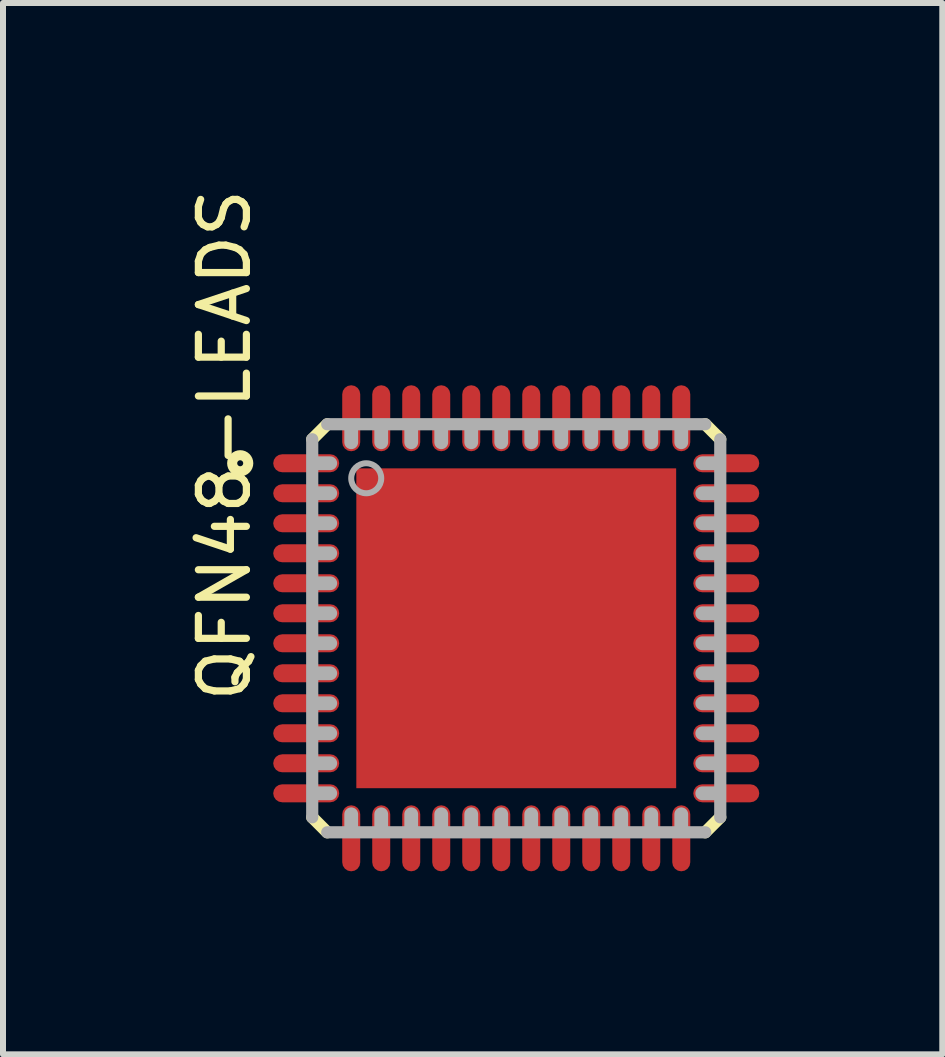
<source format=kicad_pcb>
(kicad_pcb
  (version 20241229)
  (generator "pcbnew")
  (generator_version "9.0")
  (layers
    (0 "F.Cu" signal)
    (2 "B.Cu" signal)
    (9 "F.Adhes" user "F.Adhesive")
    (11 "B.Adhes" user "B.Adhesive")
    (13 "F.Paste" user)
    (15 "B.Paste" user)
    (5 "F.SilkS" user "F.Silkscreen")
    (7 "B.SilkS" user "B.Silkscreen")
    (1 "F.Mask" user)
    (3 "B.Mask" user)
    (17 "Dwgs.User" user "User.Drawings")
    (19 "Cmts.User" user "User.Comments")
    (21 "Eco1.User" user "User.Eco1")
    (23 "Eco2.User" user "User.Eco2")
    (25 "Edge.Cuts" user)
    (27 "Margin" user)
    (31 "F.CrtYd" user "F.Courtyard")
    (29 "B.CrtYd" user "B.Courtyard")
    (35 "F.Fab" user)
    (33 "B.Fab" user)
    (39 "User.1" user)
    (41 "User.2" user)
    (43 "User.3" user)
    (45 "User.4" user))
  (footprint "QFN48-LEADS"
    (layer "F.Cu")
    (at 5.553 7.42)
    (property "Reference" "QFN48-LEADS" (at -4.393 1.275 90) (unlocked yes) (layer "F.SilkS") (effects (font (size 0.8 0.8) (thickness 0.12)) (justify left bottom)))
    (attr through_hole)
    (fp_line (start -3.1 -2.75) (end -3.9 -2.75) (stroke (width 0.4) (type solid)) (layer "F.Mask"))
    (fp_line (start -3.1 -2.25) (end -3.9 -2.25) (stroke (width 0.4) (type solid)) (layer "F.Mask"))
    (fp_line (start -3.1 -1.75) (end -3.9 -1.75) (stroke (width 0.4) (type solid)) (layer "F.Mask"))
    (fp_line (start -3.1 -1.25) (end -3.9 -1.25) (stroke (width 0.4) (type solid)) (layer "F.Mask"))
    (fp_line (start -3.1 -0.75) (end -3.9 -0.75) (stroke (width 0.4) (type solid)) (layer "F.Mask"))
    (fp_line (start -3.1 -0.25) (end -3.9 -0.25) (stroke (width 0.4) (type solid)) (layer "F.Mask"))
    (fp_line (start -3.1 0.25) (end -3.9 0.25) (stroke (width 0.4) (type solid)) (layer "F.Mask"))
    (fp_line (start -3.1 0.75) (end -3.9 0.75) (stroke (width 0.4) (type solid)) (layer "F.Mask"))
    (fp_line (start -3.1 1.25) (end -3.9 1.25) (stroke (width 0.4) (type solid)) (layer "F.Mask"))
    (fp_line (start -3.1 1.75) (end -3.9 1.75) (stroke (width 0.4) (type solid)) (layer "F.Mask"))
    (fp_line (start -3.1 2.25) (end -3.9 2.25) (stroke (width 0.4) (type solid)) (layer "F.Mask"))
    (fp_line (start -3.1 2.75) (end -3.9 2.75) (stroke (width 0.4) (type solid)) (layer "F.Mask"))
    (fp_line (start -2.75 -3.1) (end -2.75 -3.9) (stroke (width 0.4) (type solid)) (layer "F.Mask"))
    (fp_line (start -2.75 3.1) (end -2.75 3.9) (stroke (width 0.4) (type solid)) (layer "F.Mask"))
    (fp_line (start -2.25 -3.1) (end -2.25 -3.9) (stroke (width 0.4) (type solid)) (layer "F.Mask"))
    (fp_line (start -2.25 3.1) (end -2.25 3.9) (stroke (width 0.4) (type solid)) (layer "F.Mask"))
    (fp_line (start -1.75 -3.1) (end -1.75 -3.9) (stroke (width 0.4) (type solid)) (layer "F.Mask"))
    (fp_line (start -1.75 3.1) (end -1.75 3.9) (stroke (width 0.4) (type solid)) (layer "F.Mask"))
    (fp_line (start -1.25 -3.1) (end -1.25 -3.9) (stroke (width 0.4) (type solid)) (layer "F.Mask"))
    (fp_line (start -1.25 3.1) (end -1.25 3.9) (stroke (width 0.4) (type solid)) (layer "F.Mask"))
    (fp_line (start -0.75 -3.1) (end -0.75 -3.9) (stroke (width 0.4) (type solid)) (layer "F.Mask"))
    (fp_line (start -0.75 3.1) (end -0.75 3.9) (stroke (width 0.4) (type solid)) (layer "F.Mask"))
    (fp_line (start -0.25 -3.1) (end -0.25 -3.9) (stroke (width 0.4) (type solid)) (layer "F.Mask"))
    (fp_line (start -0.25 3.1) (end -0.25 3.9) (stroke (width 0.4) (type solid)) (layer "F.Mask"))
    (fp_line (start 0.25 -3.1) (end 0.25 -3.9) (stroke (width 0.4) (type solid)) (layer "F.Mask"))
    (fp_line (start 0.25 3.1) (end 0.25 3.9) (stroke (width 0.4) (type solid)) (layer "F.Mask"))
    (fp_line (start 0.75 -3.1) (end 0.75 -3.9) (stroke (width 0.4) (type solid)) (layer "F.Mask"))
    (fp_line (start 0.75 3.1) (end 0.75 3.9) (stroke (width 0.4) (type solid)) (layer "F.Mask"))
    (fp_line (start 1.25 -3.1) (end 1.25 -3.9) (stroke (width 0.4) (type solid)) (layer "F.Mask"))
    (fp_line (start 1.25 3.1) (end 1.25 3.9) (stroke (width 0.4) (type solid)) (layer "F.Mask"))
    (fp_line (start 1.75 -3.1) (end 1.75 -3.9) (stroke (width 0.4) (type solid)) (layer "F.Mask"))
    (fp_line (start 1.75 3.1) (end 1.75 3.9) (stroke (width 0.4) (type solid)) (layer "F.Mask"))
    (fp_line (start 2.25 -3.1) (end 2.25 -3.9) (stroke (width 0.4) (type solid)) (layer "F.Mask"))
    (fp_line (start 2.25 3.1) (end 2.25 3.9) (stroke (width 0.4) (type solid)) (layer "F.Mask"))
    (fp_line (start 2.75 -3.1) (end 2.75 -3.9) (stroke (width 0.4) (type solid)) (layer "F.Mask"))
    (fp_line (start 2.75 3.1) (end 2.75 3.9) (stroke (width 0.4) (type solid)) (layer "F.Mask"))
    (fp_line (start 3.1 -2.75) (end 3.9 -2.75) (stroke (width 0.4) (type solid)) (layer "F.Mask"))
    (fp_line (start 3.1 -2.25) (end 3.9 -2.25) (stroke (width 0.4) (type solid)) (layer "F.Mask"))
    (fp_line (start 3.1 -1.75) (end 3.9 -1.75) (stroke (width 0.4) (type solid)) (layer "F.Mask"))
    (fp_line (start 3.1 -1.25) (end 3.9 -1.25) (stroke (width 0.4) (type solid)) (layer "F.Mask"))
    (fp_line (start 3.1 -0.75) (end 3.9 -0.75) (stroke (width 0.4) (type solid)) (layer "F.Mask"))
    (fp_line (start 3.1 -0.25) (end 3.9 -0.25) (stroke (width 0.4) (type solid)) (layer "F.Mask"))
    (fp_line (start 3.1 0.25) (end 3.9 0.25) (stroke (width 0.4) (type solid)) (layer "F.Mask"))
    (fp_line (start 3.1 0.75) (end 3.9 0.75) (stroke (width 0.4) (type solid)) (layer "F.Mask"))
    (fp_line (start 3.1 1.25) (end 3.9 1.25) (stroke (width 0.4) (type solid)) (layer "F.Mask"))
    (fp_line (start 3.1 1.75) (end 3.9 1.75) (stroke (width 0.4) (type solid)) (layer "F.Mask"))
    (fp_line (start 3.1 2.25) (end 3.9 2.25) (stroke (width 0.4) (type solid)) (layer "F.Mask"))
    (fp_line (start 3.1 2.75) (end 3.9 2.75) (stroke (width 0.4) (type solid)) (layer "F.Mask"))
    (fp_poly (pts (xy -2.7 2.7) (xy 2.7 2.7) (xy 2.7 -2.7) (xy -2.7 -2.7)) (stroke (width 0) (type solid)) (fill yes) (layer "F.Mask"))
    (fp_line (start -3.4 -3.15) (end -3.15 -3.4) (stroke (width 0.203) (type solid)) (layer "F.SilkS"))
    (fp_line (start -3.15 3.4) (end -3.4 3.15) (stroke (width 0.203) (type solid)) (layer "F.SilkS"))
    (fp_line (start 3.15 -3.4) (end 3.4 -3.15) (stroke (width 0.203) (type solid)) (layer "F.SilkS"))
    (fp_line (start 3.4 3.15) (end 3.15 3.4) (stroke (width 0.203) (type solid)) (layer "F.SilkS"))
    (fp_circle (center -4.6 -2.75) (end -4.6 -2.7) (stroke (width 0.12) (type solid)) (fill no) (layer "F.SilkS"))
    (fp_circle (center -4.6 -2.75) (end -4.45 -2.8) (stroke (width 0.12) (type solid)) (fill no) (layer "F.SilkS"))
    (fp_line (start -3.1 -2.75) (end -3.9 -2.75) (stroke (width 0.25) (type solid)) (layer "F.Paste"))
    (fp_line (start -3.1 -2.25) (end -3.9 -2.25) (stroke (width 0.25) (type solid)) (layer "F.Paste"))
    (fp_line (start -3.1 -1.75) (end -3.9 -1.75) (stroke (width 0.25) (type solid)) (layer "F.Paste"))
    (fp_line (start -3.1 -1.25) (end -3.9 -1.25) (stroke (width 0.25) (type solid)) (layer "F.Paste"))
    (fp_line (start -3.1 -0.75) (end -3.9 -0.75) (stroke (width 0.25) (type solid)) (layer "F.Paste"))
    (fp_line (start -3.1 -0.25) (end -3.9 -0.25) (stroke (width 0.25) (type solid)) (layer "F.Paste"))
    (fp_line (start -3.1 0.25) (end -3.9 0.25) (stroke (width 0.25) (type solid)) (layer "F.Paste"))
    (fp_line (start -3.1 0.75) (end -3.9 0.75) (stroke (width 0.25) (type solid)) (layer "F.Paste"))
    (fp_line (start -3.1 1.25) (end -3.9 1.25) (stroke (width 0.25) (type solid)) (layer "F.Paste"))
    (fp_line (start -3.1 1.75) (end -3.9 1.75) (stroke (width 0.25) (type solid)) (layer "F.Paste"))
    (fp_line (start -3.1 2.25) (end -3.9 2.25) (stroke (width 0.25) (type solid)) (layer "F.Paste"))
    (fp_line (start -3.1 2.75) (end -3.9 2.75) (stroke (width 0.25) (type solid)) (layer "F.Paste"))
    (fp_line (start -2.75 -3.1) (end -2.75 -3.9) (stroke (width 0.25) (type solid)) (layer "F.Paste"))
    (fp_line (start -2.75 3.1) (end -2.75 3.9) (stroke (width 0.25) (type solid)) (layer "F.Paste"))
    (fp_line (start -2.25 -3.1) (end -2.25 -3.9) (stroke (width 0.25) (type solid)) (layer "F.Paste"))
    (fp_line (start -2.25 3.1) (end -2.25 3.9) (stroke (width 0.25) (type solid)) (layer "F.Paste"))
    (fp_line (start -1.75 -3.1) (end -1.75 -3.9) (stroke (width 0.25) (type solid)) (layer "F.Paste"))
    (fp_line (start -1.75 3.1) (end -1.75 3.9) (stroke (width 0.25) (type solid)) (layer "F.Paste"))
    (fp_line (start -1.25 -3.1) (end -1.25 -3.9) (stroke (width 0.25) (type solid)) (layer "F.Paste"))
    (fp_line (start -1.25 3.1) (end -1.25 3.9) (stroke (width 0.25) (type solid)) (layer "F.Paste"))
    (fp_line (start -0.75 -3.1) (end -0.75 -3.9) (stroke (width 0.25) (type solid)) (layer "F.Paste"))
    (fp_line (start -0.75 3.1) (end -0.75 3.9) (stroke (width 0.25) (type solid)) (layer "F.Paste"))
    (fp_line (start -0.25 -3.1) (end -0.25 -3.9) (stroke (width 0.25) (type solid)) (layer "F.Paste"))
    (fp_line (start -0.25 3.1) (end -0.25 3.9) (stroke (width 0.25) (type solid)) (layer "F.Paste"))
    (fp_line (start 0.25 -3.1) (end 0.25 -3.9) (stroke (width 0.25) (type solid)) (layer "F.Paste"))
    (fp_line (start 0.25 3.1) (end 0.25 3.9) (stroke (width 0.25) (type solid)) (layer "F.Paste"))
    (fp_line (start 0.75 -3.1) (end 0.75 -3.9) (stroke (width 0.25) (type solid)) (layer "F.Paste"))
    (fp_line (start 0.75 3.1) (end 0.75 3.9) (stroke (width 0.25) (type solid)) (layer "F.Paste"))
    (fp_line (start 1.25 -3.1) (end 1.25 -3.9) (stroke (width 0.25) (type solid)) (layer "F.Paste"))
    (fp_line (start 1.25 3.1) (end 1.25 3.9) (stroke (width 0.25) (type solid)) (layer "F.Paste"))
    (fp_line (start 1.75 -3.1) (end 1.75 -3.9) (stroke (width 0.25) (type solid)) (layer "F.Paste"))
    (fp_line (start 1.75 3.1) (end 1.75 3.9) (stroke (width 0.25) (type solid)) (layer "F.Paste"))
    (fp_line (start 2.25 -3.1) (end 2.25 -3.9) (stroke (width 0.25) (type solid)) (layer "F.Paste"))
    (fp_line (start 2.25 3.1) (end 2.25 3.9) (stroke (width 0.25) (type solid)) (layer "F.Paste"))
    (fp_line (start 2.75 -3.1) (end 2.75 -3.9) (stroke (width 0.25) (type solid)) (layer "F.Paste"))
    (fp_line (start 2.75 3.1) (end 2.75 3.9) (stroke (width 0.25) (type solid)) (layer "F.Paste"))
    (fp_line (start 3.1 -2.75) (end 3.9 -2.75) (stroke (width 0.25) (type solid)) (layer "F.Paste"))
    (fp_line (start 3.1 -2.25) (end 3.9 -2.25) (stroke (width 0.25) (type solid)) (layer "F.Paste"))
    (fp_line (start 3.1 -1.75) (end 3.9 -1.75) (stroke (width 0.25) (type solid)) (layer "F.Paste"))
    (fp_line (start 3.1 -1.25) (end 3.9 -1.25) (stroke (width 0.25) (type solid)) (layer "F.Paste"))
    (fp_line (start 3.1 -0.75) (end 3.9 -0.75) (stroke (width 0.25) (type solid)) (layer "F.Paste"))
    (fp_line (start 3.1 -0.25) (end 3.9 -0.25) (stroke (width 0.25) (type solid)) (layer "F.Paste"))
    (fp_line (start 3.1 0.25) (end 3.9 0.25) (stroke (width 0.25) (type solid)) (layer "F.Paste"))
    (fp_line (start 3.1 0.75) (end 3.9 0.75) (stroke (width 0.25) (type solid)) (layer "F.Paste"))
    (fp_line (start 3.1 1.25) (end 3.9 1.25) (stroke (width 0.25) (type solid)) (layer "F.Paste"))
    (fp_line (start 3.1 1.75) (end 3.9 1.75) (stroke (width 0.25) (type solid)) (layer "F.Paste"))
    (fp_line (start 3.1 2.25) (end 3.9 2.25) (stroke (width 0.25) (type solid)) (layer "F.Paste"))
    (fp_line (start 3.1 2.75) (end 3.9 2.75) (stroke (width 0.25) (type solid)) (layer "F.Paste"))
    (fp_poly (pts (xy -2.55 2.55) (xy 2.55 2.55) (xy 2.55 -2.55) (xy -2.55 -2.55)) (stroke (width 0) (type solid)) (fill yes) (layer "F.Paste"))
    (fp_line (start -3.4 3.15) (end -3.4 -3.15) (stroke (width 0.203) (type solid)) (layer "F.Fab"))
    (fp_line (start -3.15 -3.4) (end 3.15 -3.4) (stroke (width 0.203) (type solid)) (layer "F.Fab"))
    (fp_line (start -3.1 -2.75) (end -3.325 -2.75) (stroke (width 0.23) (type solid)) (layer "F.Fab"))
    (fp_line (start -3.1 -2.25) (end -3.325 -2.25) (stroke (width 0.23) (type solid)) (layer "F.Fab"))
    (fp_line (start -3.1 -1.75) (end -3.325 -1.75) (stroke (width 0.23) (type solid)) (layer "F.Fab"))
    (fp_line (start -3.1 -1.25) (end -3.325 -1.25) (stroke (width 0.23) (type solid)) (layer "F.Fab"))
    (fp_line (start -3.1 -0.75) (end -3.325 -0.75) (stroke (width 0.23) (type solid)) (layer "F.Fab"))
    (fp_line (start -3.1 -0.25) (end -3.325 -0.25) (stroke (width 0.23) (type solid)) (layer "F.Fab"))
    (fp_line (start -3.1 0.25) (end -3.325 0.25) (stroke (width 0.23) (type solid)) (layer "F.Fab"))
    (fp_line (start -3.1 0.75) (end -3.325 0.75) (stroke (width 0.23) (type solid)) (layer "F.Fab"))
    (fp_line (start -3.1 1.25) (end -3.325 1.25) (stroke (width 0.23) (type solid)) (layer "F.Fab"))
    (fp_line (start -3.1 1.75) (end -3.325 1.75) (stroke (width 0.23) (type solid)) (layer "F.Fab"))
    (fp_line (start -3.1 2.25) (end -3.325 2.25) (stroke (width 0.23) (type solid)) (layer "F.Fab"))
    (fp_line (start -3.1 2.75) (end -3.325 2.75) (stroke (width 0.23) (type solid)) (layer "F.Fab"))
    (fp_line (start -2.75 -3.1) (end -2.75 -3.325) (stroke (width 0.23) (type solid)) (layer "F.Fab"))
    (fp_line (start -2.75 3.1) (end -2.75 3.325) (stroke (width 0.23) (type solid)) (layer "F.Fab"))
    (fp_line (start -2.25 -3.1) (end -2.25 -3.325) (stroke (width 0.23) (type solid)) (layer "F.Fab"))
    (fp_line (start -2.25 3.1) (end -2.25 3.325) (stroke (width 0.23) (type solid)) (layer "F.Fab"))
    (fp_line (start -1.75 -3.1) (end -1.75 -3.325) (stroke (width 0.23) (type solid)) (layer "F.Fab"))
    (fp_line (start -1.75 3.1) (end -1.75 3.325) (stroke (width 0.23) (type solid)) (layer "F.Fab"))
    (fp_line (start -1.25 -3.1) (end -1.25 -3.325) (stroke (width 0.23) (type solid)) (layer "F.Fab"))
    (fp_line (start -1.25 3.1) (end -1.25 3.325) (stroke (width 0.23) (type solid)) (layer "F.Fab"))
    (fp_line (start -0.75 -3.1) (end -0.75 -3.325) (stroke (width 0.23) (type solid)) (layer "F.Fab"))
    (fp_line (start -0.75 3.1) (end -0.75 3.325) (stroke (width 0.23) (type solid)) (layer "F.Fab"))
    (fp_line (start -0.25 -3.1) (end -0.25 -3.325) (stroke (width 0.23) (type solid)) (layer "F.Fab"))
    (fp_line (start -0.25 3.1) (end -0.25 3.325) (stroke (width 0.23) (type solid)) (layer "F.Fab"))
    (fp_line (start 0.25 -3.1) (end 0.25 -3.325) (stroke (width 0.23) (type solid)) (layer "F.Fab"))
    (fp_line (start 0.25 3.1) (end 0.25 3.325) (stroke (width 0.23) (type solid)) (layer "F.Fab"))
    (fp_line (start 0.75 -3.1) (end 0.75 -3.325) (stroke (width 0.23) (type solid)) (layer "F.Fab"))
    (fp_line (start 0.75 3.1) (end 0.75 3.325) (stroke (width 0.23) (type solid)) (layer "F.Fab"))
    (fp_line (start 1.25 -3.1) (end 1.25 -3.325) (stroke (width 0.23) (type solid)) (layer "F.Fab"))
    (fp_line (start 1.25 3.1) (end 1.25 3.325) (stroke (width 0.23) (type solid)) (layer "F.Fab"))
    (fp_line (start 1.75 -3.1) (end 1.75 -3.325) (stroke (width 0.23) (type solid)) (layer "F.Fab"))
    (fp_line (start 1.75 3.1) (end 1.75 3.325) (stroke (width 0.23) (type solid)) (layer "F.Fab"))
    (fp_line (start 2.25 -3.1) (end 2.25 -3.325) (stroke (width 0.23) (type solid)) (layer "F.Fab"))
    (fp_line (start 2.25 3.1) (end 2.25 3.325) (stroke (width 0.23) (type solid)) (layer "F.Fab"))
    (fp_line (start 2.75 -3.1) (end 2.75 -3.325) (stroke (width 0.23) (type solid)) (layer "F.Fab"))
    (fp_line (start 2.75 3.1) (end 2.75 3.325) (stroke (width 0.23) (type solid)) (layer "F.Fab"))
    (fp_line (start 3.1 -2.75) (end 3.325 -2.75) (stroke (width 0.23) (type solid)) (layer "F.Fab"))
    (fp_line (start 3.1 -2.25) (end 3.325 -2.25) (stroke (width 0.23) (type solid)) (layer "F.Fab"))
    (fp_line (start 3.1 -1.75) (end 3.325 -1.75) (stroke (width 0.23) (type solid)) (layer "F.Fab"))
    (fp_line (start 3.1 -1.25) (end 3.325 -1.25) (stroke (width 0.23) (type solid)) (layer "F.Fab"))
    (fp_line (start 3.1 -0.75) (end 3.325 -0.75) (stroke (width 0.23) (type solid)) (layer "F.Fab"))
    (fp_line (start 3.1 -0.25) (end 3.325 -0.25) (stroke (width 0.23) (type solid)) (layer "F.Fab"))
    (fp_line (start 3.1 0.25) (end 3.325 0.25) (stroke (width 0.23) (type solid)) (layer "F.Fab"))
    (fp_line (start 3.1 0.75) (end 3.325 0.75) (stroke (width 0.23) (type solid)) (layer "F.Fab"))
    (fp_line (start 3.1 1.25) (end 3.325 1.25) (stroke (width 0.23) (type solid)) (layer "F.Fab"))
    (fp_line (start 3.1 1.75) (end 3.325 1.75) (stroke (width 0.23) (type solid)) (layer "F.Fab"))
    (fp_line (start 3.1 2.25) (end 3.325 2.25) (stroke (width 0.23) (type solid)) (layer "F.Fab"))
    (fp_line (start 3.1 2.75) (end 3.325 2.75) (stroke (width 0.23) (type solid)) (layer "F.Fab"))
    (fp_line (start 3.15 3.4) (end -3.15 3.4) (stroke (width 0.203) (type solid)) (layer "F.Fab"))
    (fp_line (start 3.4 -3.15) (end 3.4 3.15) (stroke (width 0.203) (type solid)) (layer "F.Fab"))
    (fp_circle (center -2.5 -2.5) (end -2.25 -2.5) (stroke (width 0.1) (type solid)) (fill no) (layer "F.Fab"))
    (pad "1" smd roundrect (at -3.5 -2.75) (size 1.1 0.3) (layers "F.Cu" "F.Mask") (roundrect_rratio 0.5))
    (pad "2" smd roundrect (at -3.5 -2.25) (size 1.1 0.3) (layers "F.Cu" "F.Mask") (roundrect_rratio 0.5))
    (pad "3" smd roundrect (at -3.5 -1.75) (size 1.1 0.3) (layers "F.Cu" "F.Mask") (roundrect_rratio 0.5))
    (pad "4" smd roundrect (at -3.5 -1.25) (size 1.1 0.3) (layers "F.Cu" "F.Mask") (roundrect_rratio 0.5))
    (pad "5" smd roundrect (at -3.5 -0.75) (size 1.1 0.3) (layers "F.Cu" "F.Mask") (roundrect_rratio 0.5))
    (pad "6" smd roundrect (at -3.5 -0.25) (size 1.1 0.3) (layers "F.Cu" "F.Mask") (roundrect_rratio 0.5))
    (pad "7" smd roundrect (at -3.5 0.25) (size 1.1 0.3) (layers "F.Cu" "F.Mask") (roundrect_rratio 0.5))
    (pad "8" smd roundrect (at -3.5 0.75) (size 1.1 0.3) (layers "F.Cu" "F.Mask") (roundrect_rratio 0.5))
    (pad "9" smd roundrect (at -3.5 1.25) (size 1.1 0.3) (layers "F.Cu" "F.Mask") (roundrect_rratio 0.5))
    (pad "10" smd roundrect (at -3.5 1.75) (size 1.1 0.3) (layers "F.Cu" "F.Mask") (roundrect_rratio 0.5))
    (pad "11" smd roundrect (at -3.5 2.25) (size 1.1 0.3) (layers "F.Cu" "F.Mask") (roundrect_rratio 0.5))
    (pad "12" smd roundrect (at -3.5 2.75) (size 1.1 0.3) (layers "F.Cu" "F.Mask") (roundrect_rratio 0.5))
    (pad "13" smd roundrect (at -2.75 3.5 90) (size 1.1 0.3) (layers "F.Cu" "F.Mask") (roundrect_rratio 0.5))
    (pad "14" smd roundrect (at -2.25 3.5 90) (size 1.1 0.3) (layers "F.Cu" "F.Mask") (roundrect_rratio 0.5))
    (pad "15" smd roundrect (at -1.75 3.5 90) (size 1.1 0.3) (layers "F.Cu" "F.Mask") (roundrect_rratio 0.5))
    (pad "16" smd roundrect (at -1.25 3.5 90) (size 1.1 0.3) (layers "F.Cu" "F.Mask") (roundrect_rratio 0.5))
    (pad "17" smd roundrect (at -0.75 3.5 90) (size 1.1 0.3) (layers "F.Cu" "F.Mask") (roundrect_rratio 0.5))
    (pad "18" smd roundrect (at -0.25 3.5 90) (size 1.1 0.3) (layers "F.Cu" "F.Mask") (roundrect_rratio 0.5))
    (pad "19" smd roundrect (at 0.25 3.5 90) (size 1.1 0.3) (layers "F.Cu" "F.Mask") (roundrect_rratio 0.5))
    (pad "20" smd roundrect (at 0.75 3.5 90) (size 1.1 0.3) (layers "F.Cu" "F.Mask") (roundrect_rratio 0.5))
    (pad "21" smd roundrect (at 1.25 3.5 90) (size 1.1 0.3) (layers "F.Cu" "F.Mask") (roundrect_rratio 0.5))
    (pad "22" smd roundrect (at 1.75 3.5 90) (size 1.1 0.3) (layers "F.Cu" "F.Mask") (roundrect_rratio 0.5))
    (pad "23" smd roundrect (at 2.25 3.5 90) (size 1.1 0.3) (layers "F.Cu" "F.Mask") (roundrect_rratio 0.5))
    (pad "24" smd roundrect (at 2.75 3.5 90) (size 1.1 0.3) (layers "F.Cu" "F.Mask") (roundrect_rratio 0.5))
    (pad "25" smd roundrect (at 3.5 2.75 180) (size 1.1 0.3) (layers "F.Cu" "F.Mask") (roundrect_rratio 0.5))
    (pad "26" smd roundrect (at 3.5 2.25 180) (size 1.1 0.3) (layers "F.Cu" "F.Mask") (roundrect_rratio 0.5))
    (pad "27" smd roundrect (at 3.5 1.75 180) (size 1.1 0.3) (layers "F.Cu" "F.Mask") (roundrect_rratio 0.5))
    (pad "28" smd roundrect (at 3.5 1.25 180) (size 1.1 0.3) (layers "F.Cu" "F.Mask") (roundrect_rratio 0.5))
    (pad "29" smd roundrect (at 3.5 0.75 180) (size 1.1 0.3) (layers "F.Cu" "F.Mask") (roundrect_rratio 0.5))
    (pad "30" smd roundrect (at 3.5 0.25 180) (size 1.1 0.3) (layers "F.Cu" "F.Mask") (roundrect_rratio 0.5))
    (pad "31" smd roundrect (at 3.5 -0.25 180) (size 1.1 0.3) (layers "F.Cu" "F.Mask") (roundrect_rratio 0.5))
    (pad "32" smd roundrect (at 3.5 -0.75 180) (size 1.1 0.3) (layers "F.Cu" "F.Mask") (roundrect_rratio 0.5))
    (pad "33" smd roundrect (at 3.5 -1.25 180) (size 1.1 0.3) (layers "F.Cu" "F.Mask") (roundrect_rratio 0.5))
    (pad "34" smd roundrect (at 3.5 -1.75 180) (size 1.1 0.3) (layers "F.Cu" "F.Mask") (roundrect_rratio 0.5))
    (pad "35" smd roundrect (at 3.5 -2.25 180) (size 1.1 0.3) (layers "F.Cu" "F.Mask") (roundrect_rratio 0.5))
    (pad "36" smd roundrect (at 3.5 -2.75 180) (size 1.1 0.3) (layers "F.Cu" "F.Mask") (roundrect_rratio 0.5))
    (pad "37" smd roundrect (at 2.75 -3.5 270) (size 1.1 0.3) (layers "F.Cu" "F.Mask") (roundrect_rratio 0.5))
    (pad "38" smd roundrect (at 2.25 -3.5 270) (size 1.1 0.3) (layers "F.Cu" "F.Mask") (roundrect_rratio 0.5))
    (pad "39" smd roundrect (at 1.75 -3.5 270) (size 1.1 0.3) (layers "F.Cu" "F.Mask") (roundrect_rratio 0.5))
    (pad "40" smd roundrect (at 1.25 -3.5 270) (size 1.1 0.3) (layers "F.Cu" "F.Mask") (roundrect_rratio 0.5))
    (pad "41" smd roundrect (at 0.75 -3.5 270) (size 1.1 0.3) (layers "F.Cu" "F.Mask") (roundrect_rratio 0.5))
    (pad "42" smd roundrect (at 0.25 -3.5 270) (size 1.1 0.3) (layers "F.Cu" "F.Mask") (roundrect_rratio 0.5))
    (pad "43" smd roundrect (at -0.25 -3.5 270) (size 1.1 0.3) (layers "F.Cu" "F.Mask") (roundrect_rratio 0.5))
    (pad "44" smd roundrect (at -0.75 -3.5 270) (size 1.1 0.3) (layers "F.Cu" "F.Mask") (roundrect_rratio 0.5))
    (pad "45" smd roundrect (at -1.25 -3.5 270) (size 1.1 0.3) (layers "F.Cu" "F.Mask") (roundrect_rratio 0.5))
    (pad "46" smd roundrect (at -1.75 -3.5 270) (size 1.1 0.3) (layers "F.Cu" "F.Mask") (roundrect_rratio 0.5))
    (pad "47" smd roundrect (at -2.25 -3.5 270) (size 1.1 0.3) (layers "F.Cu" "F.Mask") (roundrect_rratio 0.5))
    (pad "48" smd roundrect (at -2.75 -3.5 270) (size 1.1 0.3) (layers "F.Cu" "F.Mask") (roundrect_rratio 0.5))
    (pad "EXP" smd rect (at 0 0) (size 5.33 5.33) (layers "F.Cu" "F.Mask")))
  (gr_rect
    (start -3 -3)
    (end 12.653 14.52)
    (stroke (width 0.1) (type default))
    (fill no)
    (layer "Edge.Cuts")))
</source>
